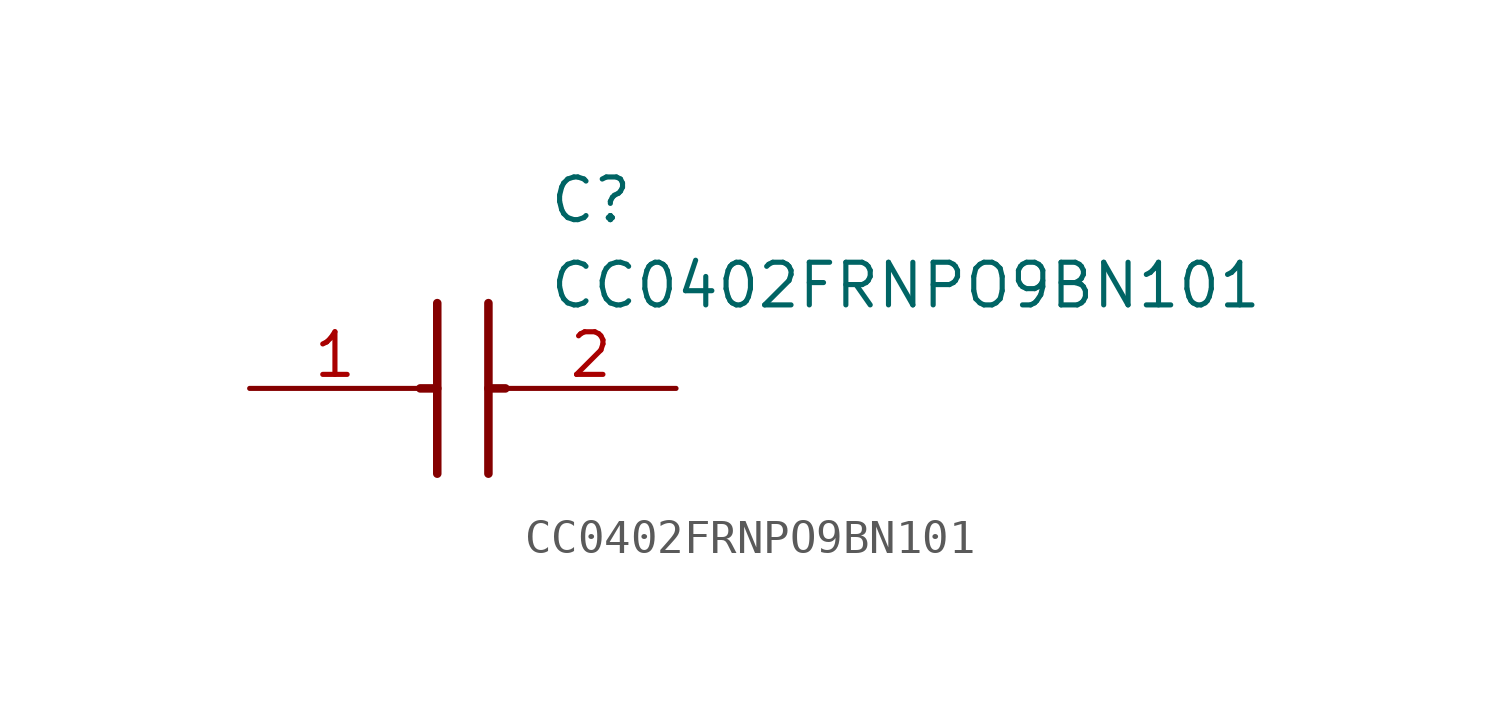
<source format=kicad_sym>
(kicad_symbol_lib
  (version 20211014)
  (generator SamacSys_ECAD_Model)
  (symbol "CC0402FRNPO9BN101"
    (pin_names hide)
    (property "Reference" "C"
      (at 8.89 6.35 0)
      (effects (font (size 1.27 1.27)) (justify left top)))
    (property "Value" "CC0402FRNPO9BN101"
      (at 8.89 3.81 0)
      (effects (font (size 1.27 1.27)) (justify left top)))
    (polyline
      (pts (xy 5.588 2.54) (xy 5.588 -2.54))
      (stroke (width 0.254) (type default))
      (fill (type none)))
    (polyline
      (pts (xy 7.112 2.54) (xy 7.112 -2.54))
      (stroke (width 0.254) (type default))
      (fill (type none)))
    (polyline
      (pts (xy 5.08 0) (xy 5.588 0))
      (stroke (width 0.254) (type default))
      (fill (type none)))
    (polyline
      (pts (xy 7.112 0) (xy 7.62 0))
      (stroke (width 0.254) (type default))
      (fill (type none)))
    (pin passive line
      (at 0 0 0)
      (length 5.08)
      (name "1" (effects (font (size 1.27 1.27))))
      (number "1" (effects (font (size 1.27 1.27)))))
    (pin passive line
      (at 12.7 0 180)
      (length 5.08)
      (name "2" (effects (font (size 1.27 1.27))))
      (number "2" (effects (font (size 1.27 1.27)))))))
</source>
